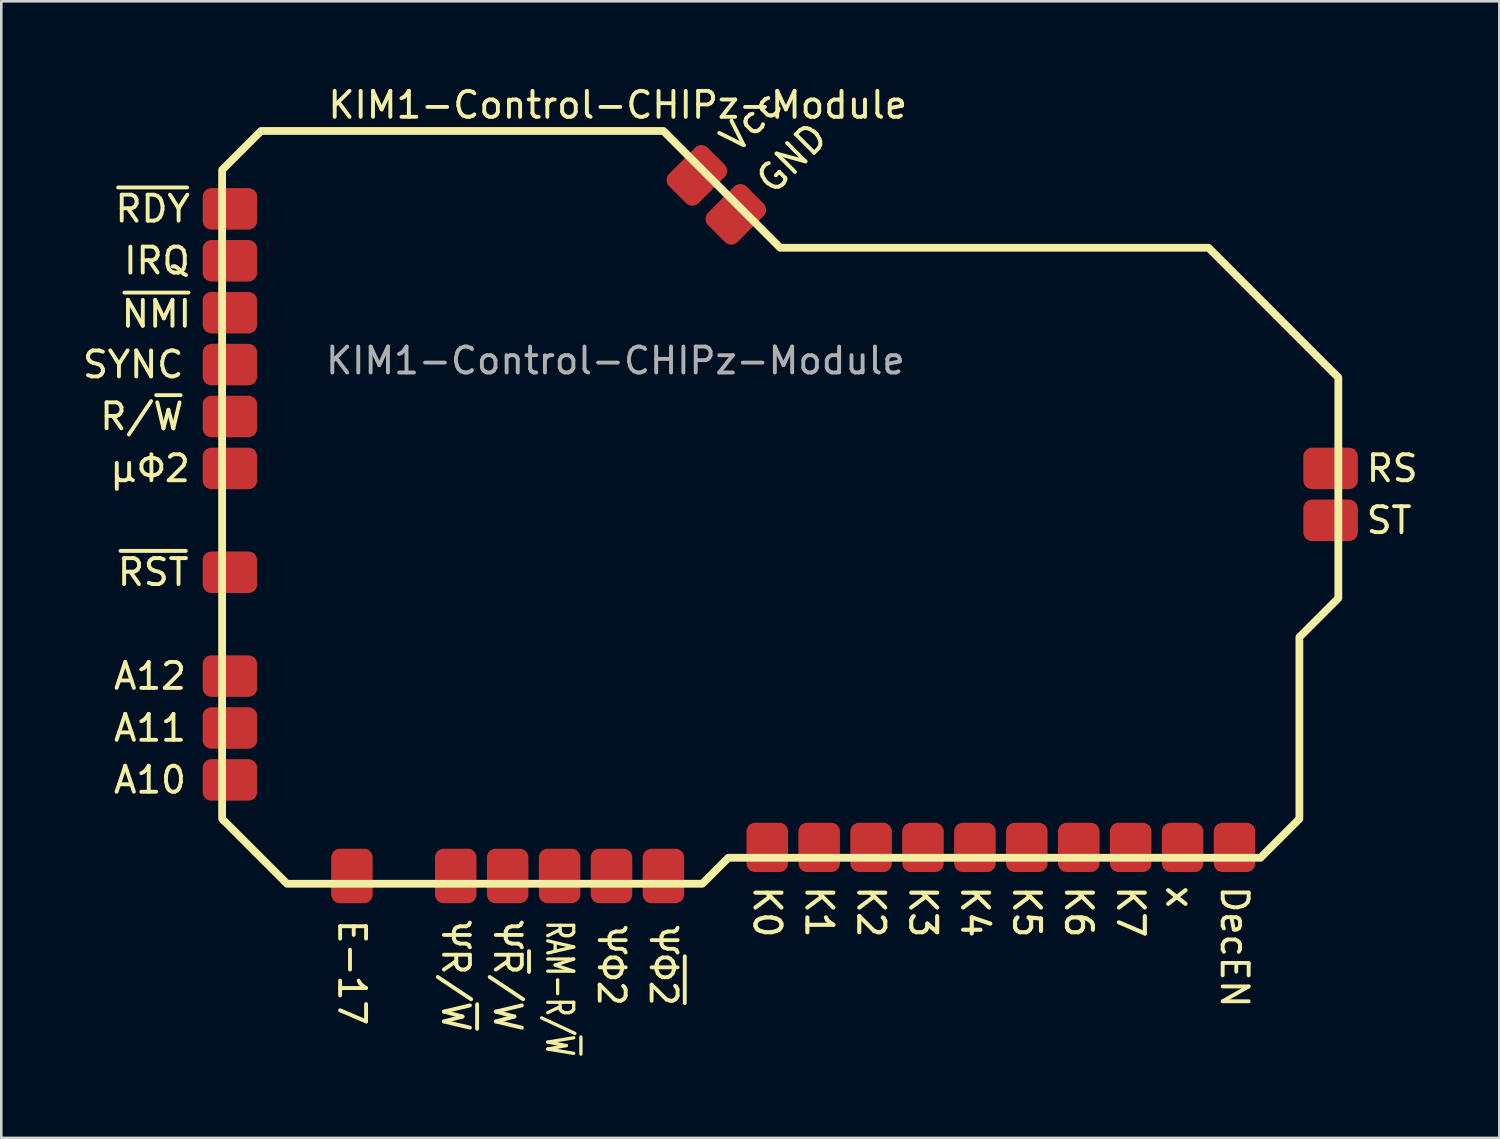
<source format=kicad_pcb>
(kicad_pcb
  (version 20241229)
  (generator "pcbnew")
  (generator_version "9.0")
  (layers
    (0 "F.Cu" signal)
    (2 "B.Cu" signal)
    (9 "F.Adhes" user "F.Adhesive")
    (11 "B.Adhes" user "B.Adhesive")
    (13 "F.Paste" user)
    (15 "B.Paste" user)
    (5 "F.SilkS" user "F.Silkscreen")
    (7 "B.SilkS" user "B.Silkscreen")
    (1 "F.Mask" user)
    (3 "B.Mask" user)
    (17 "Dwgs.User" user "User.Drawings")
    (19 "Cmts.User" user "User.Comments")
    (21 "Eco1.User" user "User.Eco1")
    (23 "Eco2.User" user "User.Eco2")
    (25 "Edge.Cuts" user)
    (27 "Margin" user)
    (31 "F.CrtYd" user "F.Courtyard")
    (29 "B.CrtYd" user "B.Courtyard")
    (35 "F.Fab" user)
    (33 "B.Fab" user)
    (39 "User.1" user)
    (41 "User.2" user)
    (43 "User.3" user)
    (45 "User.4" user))
  (footprint "KIM1-Control-CHIPz-Module"
    (layer "F.Cu")
    (at 25.507 16.995)
    (property "Reference" "KIM1-Control-CHIPz-Module" (at -16 -16 0) (unlocked yes) (layer "F.SilkS") (effects (font (size 1 1) (thickness 0.15)) (justify left)))
    (attr smd)
    (fp_poly (pts (xy -20 -13.5) (xy -20 11.5) (xy -17.5 14) (xy -1.5 14) (xy -0.5 13) (xy 20 13) (xy 21.5 11.5) (xy 21.5 4.5) (xy 23 3) (xy 23 -5.5) (xy 18 -10.5) (xy 1.5 -10.5) (xy -3 -15) (xy -18.5 -15)) (stroke (width 0.3) (type solid)) (fill no) (layer "F.SilkS"))
    (fp_text user "K5" (at 11 14 270) (unlocked yes) (layer "F.SilkS") (effects (font (size 1 1) (thickness 0.16)) (justify left)))
    (fp_text user "A12" (at -21.3 6 0) (unlocked yes) (layer "F.SilkS") (effects (font (size 1 1) (thickness 0.15)) (justify right)))
    (fp_text user "R/~{W}" (at -21.4 -4 0) (unlocked yes) (layer "F.SilkS") (effects (font (size 1 1) (thickness 0.15)) (justify right)))
    (fp_text user "K4" (at 9 14 270) (unlocked yes) (layer "F.SilkS") (effects (font (size 1 1) (thickness 0.16)) (justify left)))
    (fp_text user "RS" (at 24 -2 0) (unlocked yes) (layer "F.SilkS") (effects (font (size 1 1) (thickness 0.15)) (justify left)))
    (fp_text user "E-17" (at -15 15.3 270) (unlocked yes) (layer "F.SilkS") (effects (font (size 1 1) (thickness 0.15)) (justify left)))
    (fp_text user "Ψ~{R}/W" (at -9 15.35 270) (unlocked yes) (layer "F.SilkS") (effects (font (size 1 1) (thickness 0.15)) (justify left)))
    (fp_text user "~{RDY}" (at -21.15 -12 0) (unlocked yes) (layer "F.SilkS") (effects (font (size 1 1) (thickness 0.15)) (justify right)))
    (fp_text user "GND" (at 0.8 -12.8 45) (unlocked yes) (layer "F.SilkS") (effects (font (size 1 1) (thickness 0.15)) (justify left)))
    (fp_text user "DecEN" (at 19 14 270) (unlocked yes) (layer "F.SilkS") (effects (font (size 1 1) (thickness 0.15)) (justify left)))
    (fp_text user "ΨR/~{W}" (at -11 15.35 270) (unlocked yes) (layer "F.SilkS") (effects (font (size 1 1) (thickness 0.15)) (justify left)))
    (fp_text user "IRQ" (at -21.15 -10 0) (unlocked yes) (layer "F.SilkS") (effects (font (size 1 1) (thickness 0.15)) (justify right)))
    (fp_text user "K0" (at 1 14 270) (unlocked yes) (layer "F.SilkS") (effects (font (size 1 1) (thickness 0.16)) (justify left)))
    (fp_text user "K3" (at 7 14 270) (unlocked yes) (layer "F.SilkS") (effects (font (size 1 1) (thickness 0.16)) (justify left)))
    (fp_text user "ΨΦ2" (at -5 15.55 270) (unlocked yes) (layer "F.SilkS") (effects (font (size 1 1) (thickness 0.15)) (justify left)))
    (fp_text user "Vcc" (at -0.6 -14.4 45) (unlocked yes) (layer "F.SilkS") (effects (font (size 1 1) (thickness 0.15)) (justify left)))
    (fp_text user "K7" (at 15 14 270) (unlocked yes) (layer "F.SilkS") (effects (font (size 1 1) (thickness 0.16)) (justify left)))
    (fp_text user "SYNC" (at -21.4 -6 0) (unlocked yes) (layer "F.SilkS") (effects (font (size 1 1) (thickness 0.15)) (justify right)))
    (fp_text user "A10" (at -21.3 10 0) (unlocked yes) (layer "F.SilkS") (effects (font (size 1 1) (thickness 0.15)) (justify right)))
    (fp_text user "K2" (at 5 14 270) (unlocked yes) (layer "F.SilkS") (effects (font (size 1 1) (thickness 0.16)) (justify left)))
    (fp_text user "K1" (at 3 14 270) (unlocked yes) (layer "F.SilkS") (effects (font (size 1 1) (thickness 0.16)) (justify left)))
    (fp_text user "RAM-R/~{W}" (at -7 15.35 270) (unlocked yes) (layer "F.SilkS") (effects (font (size 1 0.7) (thickness 0.127) (bold yes)) (justify left)))
    (fp_text user "ST" (at 24 0 0) (unlocked yes) (layer "F.SilkS") (effects (font (size 1 1) (thickness 0.15)) (justify left)))
    (fp_text user "Ψ~{Φ2}" (at -3 15.55 270) (unlocked yes) (layer "F.SilkS") (effects (font (size 1 1) (thickness 0.15)) (justify left)))
    (fp_text user "A11" (at -21.3 8 0) (unlocked yes) (layer "F.SilkS") (effects (font (size 1 1) (thickness 0.15)) (justify right)))
    (fp_text user "~{NMI}" (at -21.1 -7.95 0) (unlocked yes) (layer "F.SilkS") (effects (font (size 1 1) (thickness 0.15)) (justify right)))
    (fp_text user "μΦ2" (at -21.15 -2 0) (unlocked yes) (layer "F.SilkS") (effects (font (size 1 1) (thickness 0.15)) (justify right)))
    (fp_text user "~{RST}" (at -21.2 2 0) (unlocked yes) (layer "F.SilkS") (effects (font (size 1 1) (thickness 0.15)) (justify right)))
    (fp_text user "K6" (at 13 14 270) (unlocked yes) (layer "F.SilkS") (effects (font (size 1 1) (thickness 0.16)) (justify left)))
    (fp_text user "x" (at 16.9 14 270) (unlocked yes) (layer "F.SilkS") (effects (font (size 1 1) (thickness 0.16)) (justify left)))
    (fp_text user "${REFERENCE}" (at -4.85 -6.15 0) (unlocked yes) (layer "F.Fab") (effects (font (size 1 1) (thickness 0.15))))
    (pad "1" smd roundrect (at -20 -12 180) (size 2.1 1.6) (drill (offset -0.3 0)) (layers "F.Cu" "F.Mask" "F.Paste") (roundrect_rratio 0.208))
    (pad "2" smd roundrect (at -20 -10 180) (size 2.1 1.6) (drill (offset -0.3 0)) (layers "F.Cu" "F.Mask" "F.Paste") (roundrect_rratio 0.208))
    (pad "3" smd roundrect (at -20 -8 180) (size 2.1 1.6) (drill (offset -0.3 0)) (layers "F.Cu" "F.Mask" "F.Paste") (roundrect_rratio 0.208))
    (pad "4" smd roundrect (at -20 -6 180) (size 2.1 1.6) (drill (offset -0.3 0)) (layers "F.Cu" "F.Mask" "F.Paste") (roundrect_rratio 0.208))
    (pad "5" smd roundrect (at -20 -4 180) (size 2.1 1.6) (drill (offset -0.3 0)) (layers "F.Cu" "F.Mask" "F.Paste") (roundrect_rratio 0.208))
    (pad "6" smd roundrect (at -20 -2 180) (size 2.1 1.6) (drill (offset -0.3 0)) (layers "F.Cu" "F.Mask" "F.Paste") (roundrect_rratio 0.208))
    (pad "7" smd roundrect (at -20 2 180) (size 2.1 1.6) (drill (offset -0.3 0)) (layers "F.Cu" "F.Mask" "F.Paste") (roundrect_rratio 0.208))
    (pad "8" smd roundrect (at -20 6 180) (size 2.1 1.6) (drill (offset -0.3 0)) (layers "F.Cu" "F.Mask" "F.Paste") (roundrect_rratio 0.208))
    (pad "9" smd roundrect (at -20 8 180) (size 2.1 1.6) (drill (offset -0.3 0)) (layers "F.Cu" "F.Mask" "F.Paste") (roundrect_rratio 0.208))
    (pad "10" smd roundrect (at -20 10 180) (size 2.1 1.6) (drill (offset -0.3 0)) (layers "F.Cu" "F.Mask" "F.Paste") (roundrect_rratio 0.208))
    (pad "11" smd roundrect (at -15 14 270) (size 2.1 1.6) (drill (offset -0.3 0)) (layers "F.Cu" "F.Mask" "F.Paste") (roundrect_rratio 0.208))
    (pad "12" smd roundrect (at -11 14 270) (size 2.1 1.6) (drill (offset -0.3 0)) (layers "F.Cu" "F.Mask" "F.Paste") (roundrect_rratio 0.208))
    (pad "13" smd roundrect (at -9 14 270) (size 2.1 1.6) (drill (offset -0.3 0)) (layers "F.Cu" "F.Mask" "F.Paste") (roundrect_rratio 0.208))
    (pad "14" smd roundrect (at -7 14 270) (size 2.1 1.6) (drill (offset -0.3 0)) (layers "F.Cu" "F.Mask" "F.Paste") (roundrect_rratio 0.208))
    (pad "15" smd roundrect (at -5 14 270) (size 2.1 1.6) (drill (offset -0.3 0)) (layers "F.Cu" "F.Mask" "F.Paste") (roundrect_rratio 0.208))
    (pad "16" smd roundrect (at -3 14 270) (size 2.1 1.6) (drill (offset -0.3 0)) (layers "F.Cu" "F.Mask" "F.Paste") (roundrect_rratio 0.208))
    (pad "17" smd roundrect (at 1 13 90) (size 1.9 1.6) (drill (offset 0.4 0)) (layers "F.Cu" "F.Mask" "F.Paste") (roundrect_rratio 0.208))
    (pad "18" smd roundrect (at 3 13 90) (size 1.9 1.6) (drill (offset 0.4 0)) (layers "F.Cu" "F.Mask" "F.Paste") (roundrect_rratio 0.208))
    (pad "19" smd roundrect (at 5 13 90) (size 1.9 1.6) (drill (offset 0.4 0)) (layers "F.Cu" "F.Mask" "F.Paste") (roundrect_rratio 0.208))
    (pad "20" smd roundrect (at 7 13 90) (size 1.9 1.6) (drill (offset 0.4 0)) (layers "F.Cu" "F.Mask" "F.Paste") (roundrect_rratio 0.208))
    (pad "21" smd roundrect (at 9 13 90) (size 1.9 1.6) (drill (offset 0.4 0)) (layers "F.Cu" "F.Mask" "F.Paste") (roundrect_rratio 0.208))
    (pad "22" smd roundrect (at 11 13 90) (size 1.9 1.6) (drill (offset 0.4 0)) (layers "F.Cu" "F.Mask" "F.Paste") (roundrect_rratio 0.208))
    (pad "23" smd roundrect (at 13 13 90) (size 1.9 1.6) (drill (offset 0.4 0)) (layers "F.Cu" "F.Mask" "F.Paste") (roundrect_rratio 0.208))
    (pad "24" smd roundrect (at 15 13 90) (size 1.9 1.6) (drill (offset 0.4 0)) (layers "F.Cu" "F.Mask" "F.Paste") (roundrect_rratio 0.208))
    (pad "25" smd roundrect (at 17 13 90) (size 1.9 1.6) (drill (offset 0.4 0)) (layers "F.Cu" "F.Mask" "F.Paste") (roundrect_rratio 0.208))
    (pad "26" smd roundrect (at 19 13 90) (size 1.9 1.6) (drill (offset 0.4 0)) (layers "F.Cu" "F.Mask" "F.Paste") (roundrect_rratio 0.208))
    (pad "27" smd roundrect (at 23 0) (size 2.1 1.6) (drill (offset -0.3 0)) (layers "F.Cu" "F.Mask" "F.Paste") (roundrect_rratio 0.208))
    (pad "28" smd roundrect (at 23 -2) (size 2.1 1.6) (drill (offset -0.3 0)) (layers "F.Cu" "F.Mask" "F.Paste") (roundrect_rratio 0.208))
    (pad "29" smd roundrect (at 0 -12 45) (size 2.1 1.6) (drill (offset -0.3 0)) (layers "F.Cu" "F.Mask" "F.Paste") (roundrect_rratio 0.208))
    (pad "30" smd roundrect (at -1.5 -13.5 45) (size 2.1 1.6) (drill (offset -0.3 0)) (layers "F.Cu" "F.Mask" "F.Paste") (roundrect_rratio 0.208)))
  (gr_rect
    (start -3 -3)
    (end 54.71 40.786)
    (stroke (width 0.1) (type default))
    (fill no)
    (layer "Edge.Cuts")))
</source>
